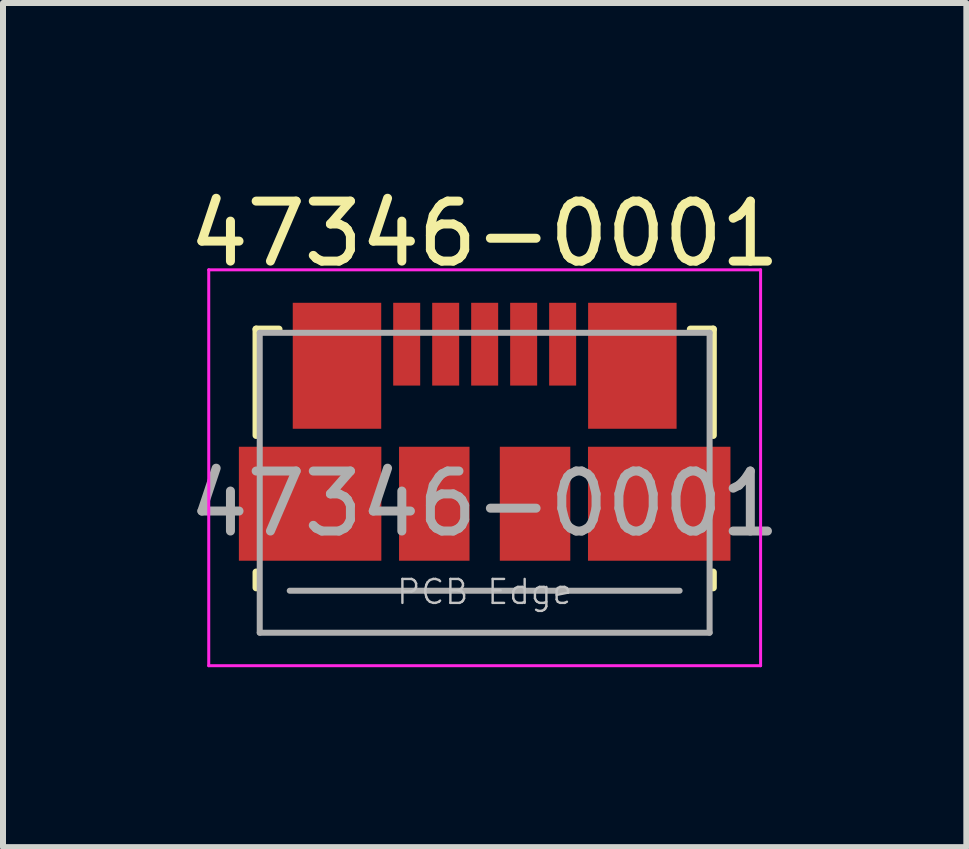
<source format=kicad_pcb>
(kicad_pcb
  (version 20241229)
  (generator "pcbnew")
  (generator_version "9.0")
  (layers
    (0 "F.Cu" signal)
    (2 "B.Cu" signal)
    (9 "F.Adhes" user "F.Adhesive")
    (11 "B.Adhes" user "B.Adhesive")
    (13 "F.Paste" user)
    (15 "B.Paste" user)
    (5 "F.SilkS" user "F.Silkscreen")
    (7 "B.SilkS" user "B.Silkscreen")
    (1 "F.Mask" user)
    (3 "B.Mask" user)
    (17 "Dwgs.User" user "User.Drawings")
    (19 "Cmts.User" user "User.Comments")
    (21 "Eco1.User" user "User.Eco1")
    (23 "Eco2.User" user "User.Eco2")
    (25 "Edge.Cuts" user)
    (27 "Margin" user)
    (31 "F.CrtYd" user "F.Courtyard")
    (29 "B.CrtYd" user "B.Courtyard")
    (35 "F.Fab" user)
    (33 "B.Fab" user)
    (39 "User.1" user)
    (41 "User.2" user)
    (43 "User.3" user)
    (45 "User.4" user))
  (footprint "47346-0001"
    (layer "F.Cu")
    (at 5.03 4.148)
    (property "Reference" "47346-0001" (at 0 -3.3 180) (layer "F.SilkS") (effects (font (size 1 1) (thickness 0.15))))
    (attr smd)
    (fp_line (start -3.81 -1.71) (end -3.43 -1.71) (stroke (width 0.12) (type solid)) (layer "F.SilkS"))
    (fp_line (start -3.81 0.06) (end -3.81 -1.71) (stroke (width 0.12) (type solid)) (layer "F.SilkS"))
    (fp_line (start -3.81 2.6) (end -3.81 2.34) (stroke (width 0.12) (type solid)) (layer "F.SilkS"))
    (fp_line (start 3.81 -1.71) (end 3.43 -1.71) (stroke (width 0.12) (type solid)) (layer "F.SilkS"))
    (fp_line (start 3.81 -1.71) (end 3.81 0.06) (stroke (width 0.12) (type solid)) (layer "F.SilkS"))
    (fp_line (start 3.81 2.34) (end 3.81 2.6) (stroke (width 0.12) (type solid)) (layer "F.SilkS"))
    (fp_line (start -4.6 -2.7) (end 4.6 -2.7) (stroke (width 0.05) (type solid)) (layer "F.CrtYd"))
    (fp_line (start -4.6 3.9) (end -4.6 -2.7) (stroke (width 0.05) (type solid)) (layer "F.CrtYd"))
    (fp_line (start 4.6 -2.7) (end 4.6 3.9) (stroke (width 0.05) (type solid)) (layer "F.CrtYd"))
    (fp_line (start 4.6 3.9) (end -4.6 3.9) (stroke (width 0.05) (type solid)) (layer "F.CrtYd"))
    (fp_line (start -3.75 -1.65) (end 3.75 -1.65) (stroke (width 0.1) (type solid)) (layer "F.Fab"))
    (fp_line (start -3.75 3.35) (end -3.75 -1.65) (stroke (width 0.1) (type solid)) (layer "F.Fab"))
    (fp_line (start -3.25 2.65) (end 3.25 2.65) (stroke (width 0.1) (type solid)) (layer "F.Fab"))
    (fp_line (start 3.75 -1.65) (end 3.75 3.35) (stroke (width 0.1) (type solid)) (layer "F.Fab"))
    (fp_line (start 3.75 3.35) (end -3.75 3.35) (stroke (width 0.1) (type solid)) (layer "F.Fab"))
    (fp_text user "PCB Edge" (at 0 2.67 180) (layer "Dwgs.User") (effects (font (size 0.4 0.4) (thickness 0.04))))
    (fp_text user "${REFERENCE}" (at 0 1.2 0) (layer "F.Fab") (effects (font (size 1 1) (thickness 0.15))))
    (pad "1" smd rect (at -1.3 -1.46) (size 0.45 1.38) (layers "F.Cu" "F.Mask" "F.Paste"))
    (pad "2" smd rect (at -0.65 -1.46) (size 0.45 1.38) (layers "F.Cu" "F.Mask" "F.Paste"))
    (pad "3" smd rect (at 0 -1.46) (size 0.45 1.38) (layers "F.Cu" "F.Mask" "F.Paste"))
    (pad "4" smd rect (at 0.65 -1.46) (size 0.45 1.38) (layers "F.Cu" "F.Mask" "F.Paste"))
    (pad "5" smd rect (at 1.3 -1.46) (size 0.45 1.38) (layers "F.Cu" "F.Mask" "F.Paste"))
    (pad "6" smd rect (at -2.91 1.2) (size 2.375 1.9) (layers "F.Cu" "F.Mask" "F.Paste"))
    (pad "6" smd rect (at -2.462 -1.1) (size 1.475 2.1) (layers "F.Cu" "F.Mask" "F.Paste"))
    (pad "6" smd rect (at -0.84 1.2) (size 1.175 1.9) (layers "F.Cu" "F.Mask" "F.Paste"))
    (pad "6" smd rect (at 0.84 1.2) (size 1.175 1.9) (layers "F.Cu" "F.Mask" "F.Paste"))
    (pad "6" smd rect (at 2.462 -1.1) (size 1.475 2.1) (layers "F.Cu" "F.Mask" "F.Paste"))
    (pad "6" smd rect (at 2.91 1.2) (size 2.375 1.9) (layers "F.Cu" "F.Mask" "F.Paste")))
  (gr_rect
    (start -3 -3)
    (end 13.06 11.073)
    (stroke (width 0.1) (type default))
    (fill no)
    (layer "Edge.Cuts")))
</source>
